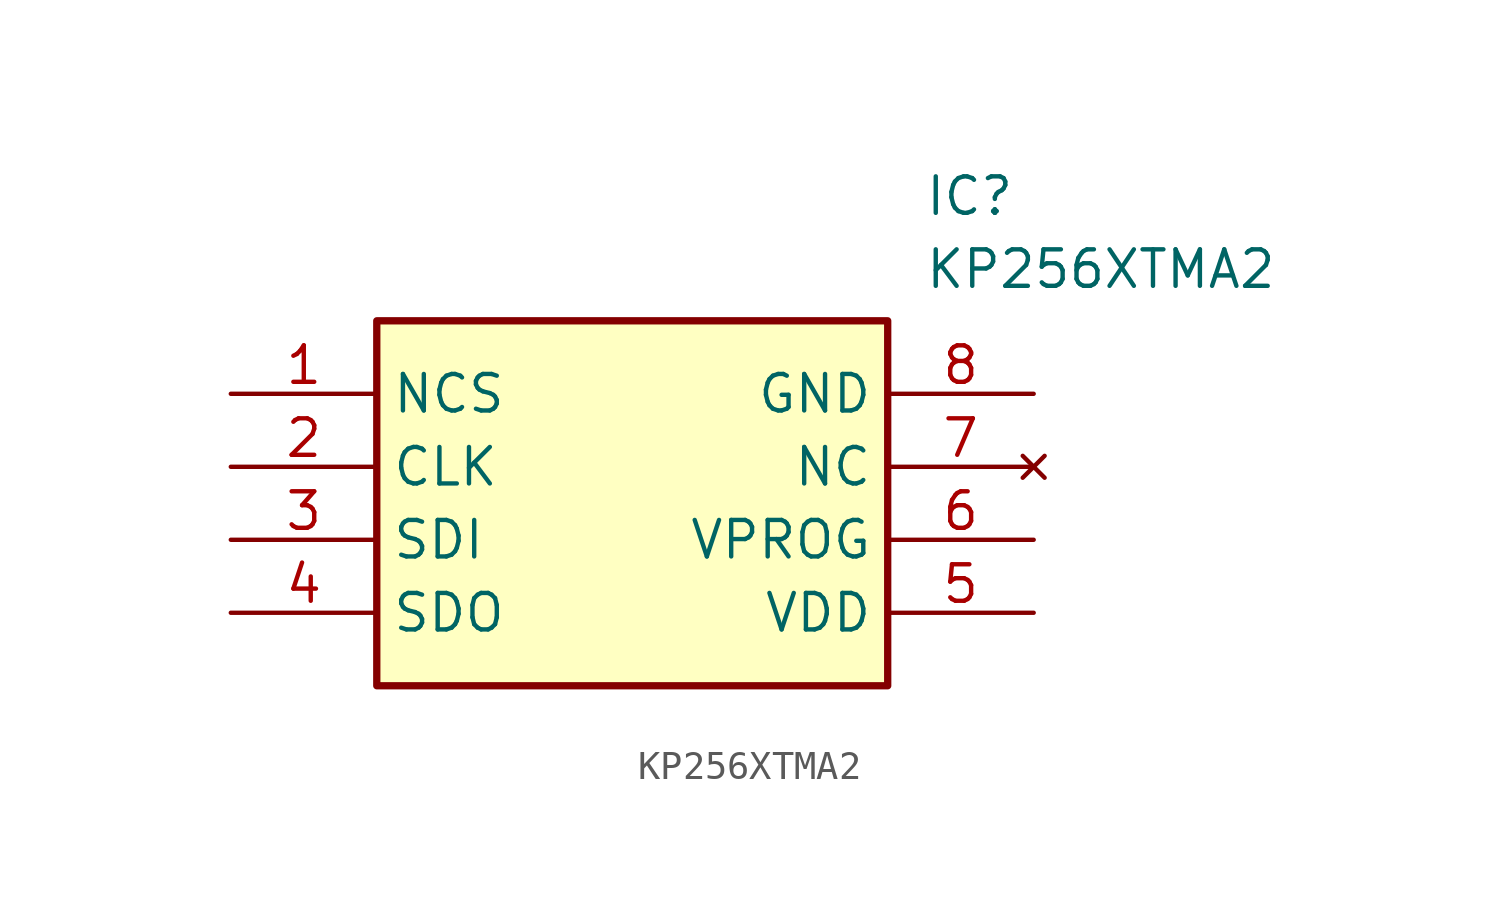
<source format=kicad_sym>
(kicad_symbol_lib
  (version 20211014)
  (generator SamacSys_ECAD_Model)
  (symbol "KP256XTMA2"
    (property "Reference" "IC"
      (at 24.13 7.62 0)
      (effects (font (size 1.27 1.27)) (justify left top)))
    (property "Value" "KP256XTMA2"
      (at 24.13 5.08 0)
      (effects (font (size 1.27 1.27)) (justify left top)))
    (rectangle
      (start 5.08 2.54)
      (end 22.86 -10.16)
      (stroke (width 0.254) (type default))
      (fill (type background)))
    (pin passive line
      (at 0 0 0)
      (length 5.08)
      (name "NCS" (effects (font (size 1.27 1.27))))
      (number "1" (effects (font (size 1.27 1.27)))))
    (pin passive line
      (at 0 -2.54 0)
      (length 5.08)
      (name "CLK" (effects (font (size 1.27 1.27))))
      (number "2" (effects (font (size 1.27 1.27)))))
    (pin passive line
      (at 0 -5.08 0)
      (length 5.08)
      (name "SDI" (effects (font (size 1.27 1.27))))
      (number "3" (effects (font (size 1.27 1.27)))))
    (pin passive line
      (at 0 -7.62 0)
      (length 5.08)
      (name "SDO" (effects (font (size 1.27 1.27))))
      (number "4" (effects (font (size 1.27 1.27)))))
    (pin passive line
      (at 27.94 -7.62 180)
      (length 5.08)
      (name "VDD" (effects (font (size 1.27 1.27))))
      (number "5" (effects (font (size 1.27 1.27)))))
    (pin passive line
      (at 27.94 -5.08 180)
      (length 5.08)
      (name "VPROG" (effects (font (size 1.27 1.27))))
      (number "6" (effects (font (size 1.27 1.27)))))
    (pin no_connect line
      (at 27.94 -2.54 180)
      (length 5.08)
      (name "NC" (effects (font (size 1.27 1.27))))
      (number "7" (effects (font (size 1.27 1.27)))))
    (pin passive line
      (at 27.94 0 180)
      (length 5.08)
      (name "GND" (effects (font (size 1.27 1.27))))
      (number "8" (effects (font (size 1.27 1.27)))))))
</source>
